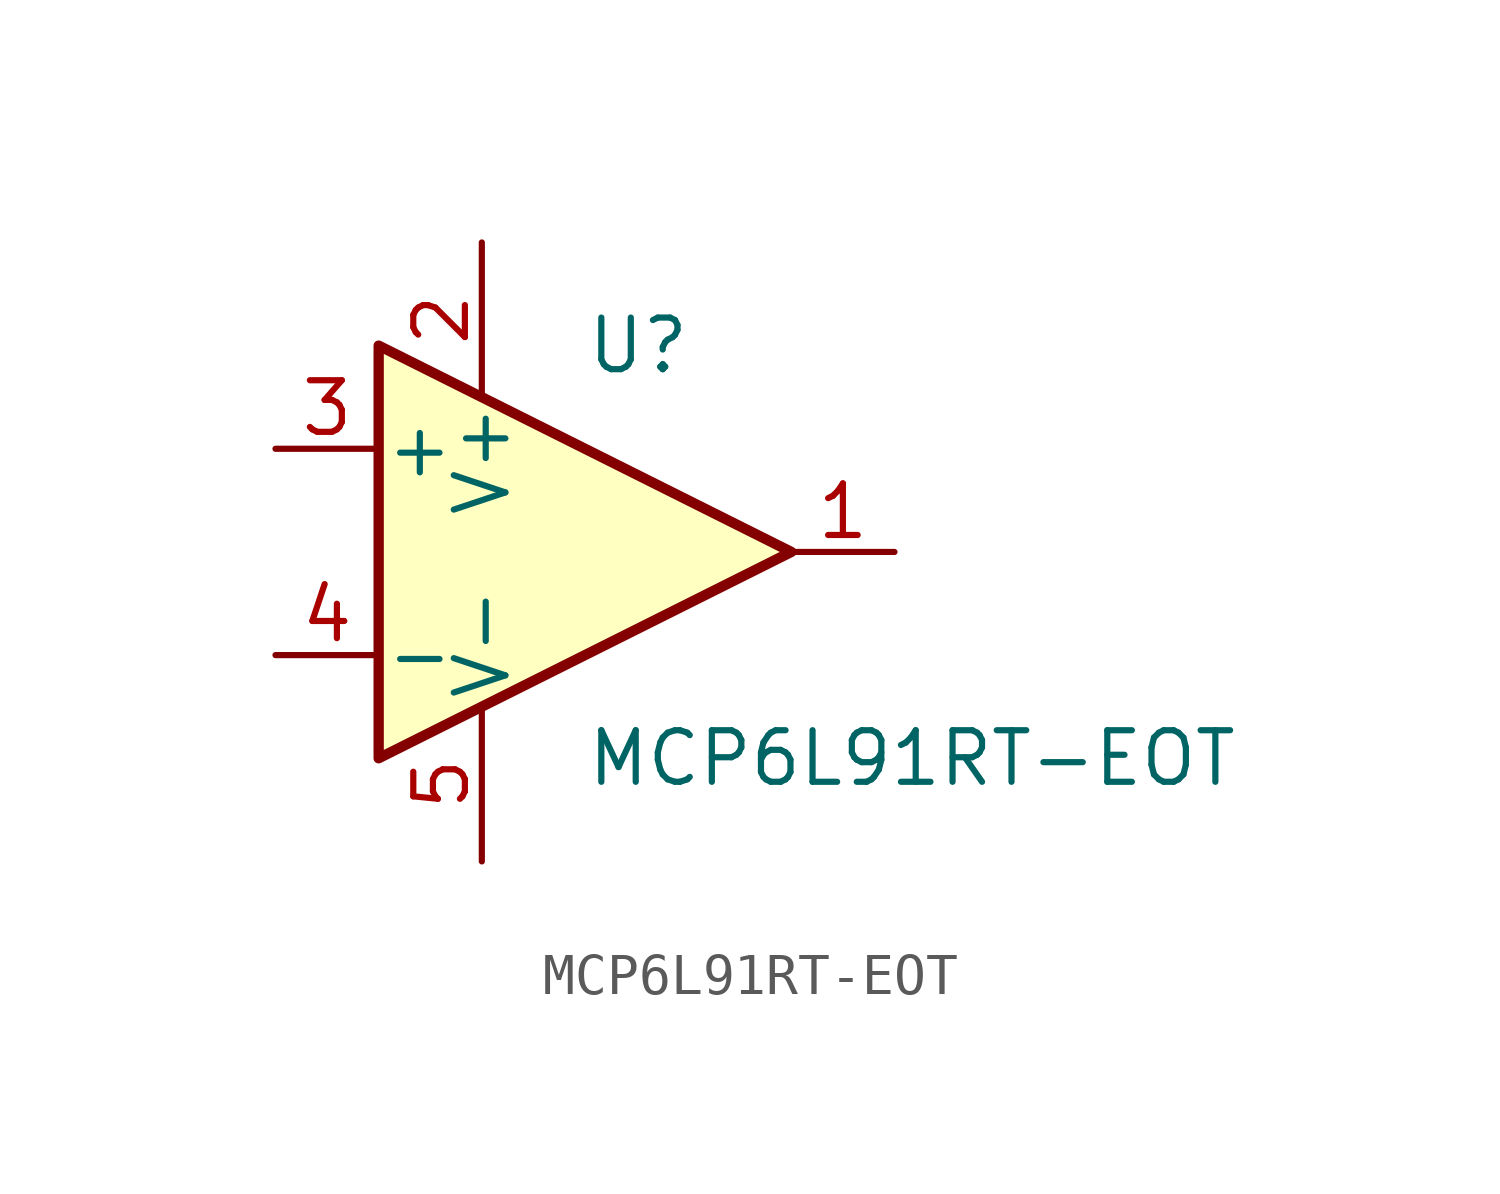
<source format=kicad_sym>
(kicad_symbol_lib
  (version 20220914)
  (generator kicad_symbol_editor)
  (symbol "MCP6L91RT-EOT"
    (pin_names
      (offset 0.127))
    (property "Reference" "U"
      (at 0 5.08 0)
      (effects (font (size 1.27 1.27)) (justify left)))
    (property "Value" "MCP6L91RT-EOT"
      (at 0 -5.08 0)
      (effects (font (size 1.27 1.27)) (justify left)))
    (symbol "MCP6L91RT-EOT_0_1"
      (polyline (pts (xy -5.08 5.08) (xy 5.08 0) (xy -5.08 -5.08) (xy -5.08 5.08)) (stroke (width 0.254) (type default)) (fill (type background)))
      (pin power_in line (at -2.54 7.62 270) (length 3.81) (name "V+" (effects (font (size 1.27 1.27)))) (number "2" (effects (font (size 1.27 1.27)))))
      (pin power_in line (at -2.54 -7.62 90) (length 3.81) (name "V-" (effects (font (size 1.27 1.27)))) (number "5" (effects (font (size 1.27 1.27))))))
    (symbol "MCP6L91RT-EOT_1_1"
      (pin output line (at 7.62 0 180) (length 2.54) (name "~" (effects (font (size 1.27 1.27)))) (number "1" (effects (font (size 1.27 1.27)))))
      (pin input line (at -7.62 2.54 0) (length 2.54) (name "+" (effects (font (size 1.27 1.27)))) (number "3" (effects (font (size 1.27 1.27)))))
      (pin input line (at -7.62 -2.54 0) (length 2.54) (name "-" (effects (font (size 1.27 1.27)))) (number "4" (effects (font (size 1.27 1.27))))))))
</source>
